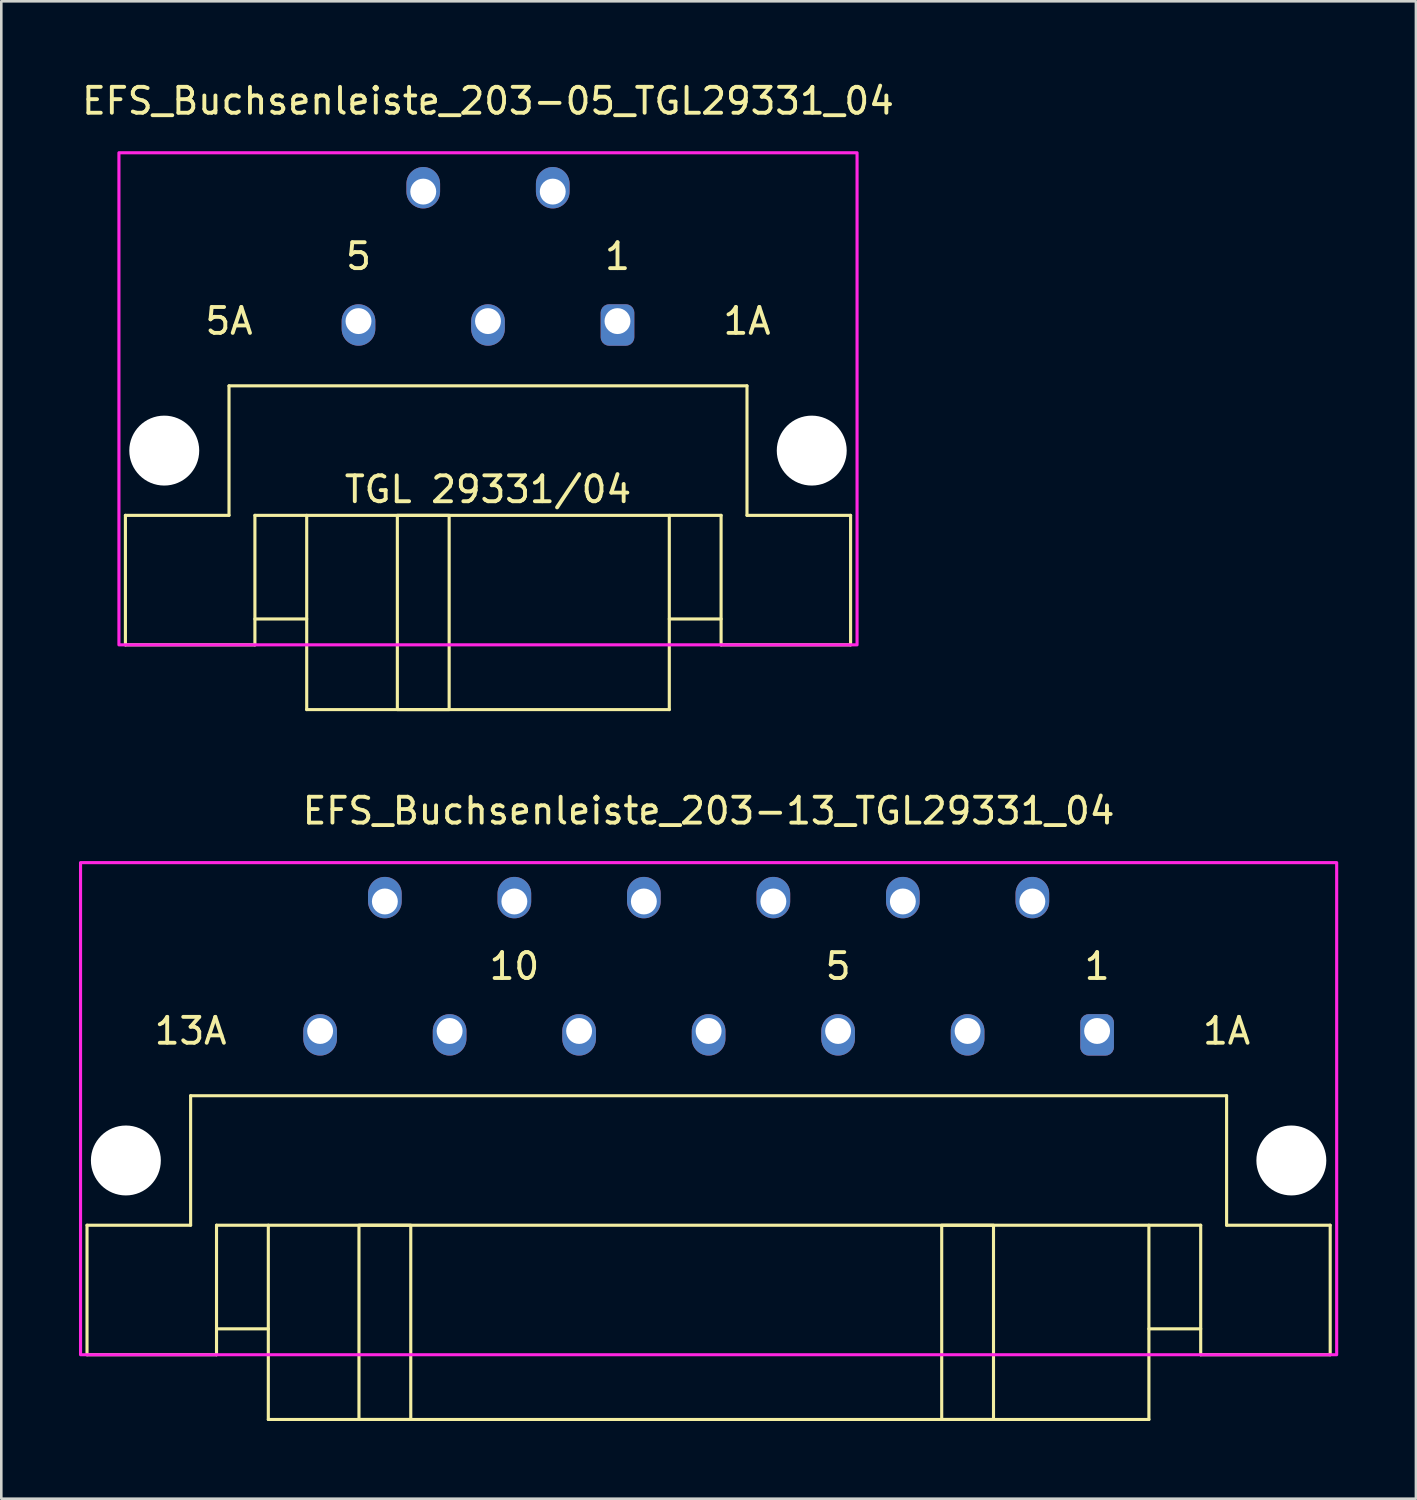
<source format=kicad_pcb>
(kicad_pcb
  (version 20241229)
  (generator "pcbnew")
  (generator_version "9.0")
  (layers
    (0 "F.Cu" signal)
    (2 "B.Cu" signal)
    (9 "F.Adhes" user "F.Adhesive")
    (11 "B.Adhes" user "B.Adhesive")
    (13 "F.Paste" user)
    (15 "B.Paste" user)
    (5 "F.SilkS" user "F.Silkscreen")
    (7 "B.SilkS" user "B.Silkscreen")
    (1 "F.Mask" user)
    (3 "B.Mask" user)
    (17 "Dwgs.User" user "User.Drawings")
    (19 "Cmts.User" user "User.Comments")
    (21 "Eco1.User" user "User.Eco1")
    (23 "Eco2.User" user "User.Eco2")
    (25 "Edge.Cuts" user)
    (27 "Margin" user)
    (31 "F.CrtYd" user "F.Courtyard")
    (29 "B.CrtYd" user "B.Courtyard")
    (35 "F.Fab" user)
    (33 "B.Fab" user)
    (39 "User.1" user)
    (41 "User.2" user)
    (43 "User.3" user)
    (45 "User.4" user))
  (footprint "EFS_Buchsenleiste_203-13_TGL29331_04"
    (layer "F.Cu")
    (at 24.31 49.257)
    (property "Reference" "EFS_Buchsenleiste_203-13_TGL29331_04" (at 0 -21 0) (layer "F.SilkS") (effects (font (size 1 1) (thickness 0.15))))
    (attr through_hole)
    (fp_line (start -24 -5) (end -24 0) (stroke (width 0.12) (type solid)) (layer "F.SilkS"))
    (fp_line (start -24 -5) (end -20 -5) (stroke (width 0.12) (type solid)) (layer "F.SilkS"))
    (fp_line (start -24 0) (end -19 0) (stroke (width 0.12) (type solid)) (layer "F.SilkS"))
    (fp_line (start -20 -10) (end -20 -5) (stroke (width 0.12) (type solid)) (layer "F.SilkS"))
    (fp_line (start -19 -5) (end -19 0) (stroke (width 0.12) (type solid)) (layer "F.SilkS"))
    (fp_line (start -19 -5) (end 19 -5) (stroke (width 0.12) (type solid)) (layer "F.SilkS"))
    (fp_line (start -17 -1) (end -19 -1) (stroke (width 0.12) (type solid)) (layer "F.SilkS"))
    (fp_line (start -17 2.5) (end -17 -5) (stroke (width 0.12) (type solid)) (layer "F.SilkS"))
    (fp_line (start -17 2.5) (end 17 2.5) (stroke (width 0.12) (type solid)) (layer "F.SilkS"))
    (fp_line (start 17 2.5) (end 17 -5) (stroke (width 0.12) (type solid)) (layer "F.SilkS"))
    (fp_line (start 19 -5) (end 19 0) (stroke (width 0.12) (type solid)) (layer "F.SilkS"))
    (fp_line (start 19 -1) (end 17 -1) (stroke (width 0.12) (type solid)) (layer "F.SilkS"))
    (fp_line (start 19 0) (end 24 0) (stroke (width 0.12) (type solid)) (layer "F.SilkS"))
    (fp_line (start 20 -10) (end -20 -10) (stroke (width 0.12) (type solid)) (layer "F.SilkS"))
    (fp_line (start 20 -10) (end 20 -5) (stroke (width 0.12) (type solid)) (layer "F.SilkS"))
    (fp_line (start 20 -5) (end 24 -5) (stroke (width 0.12) (type solid)) (layer "F.SilkS"))
    (fp_line (start 24 -5) (end 24 0) (stroke (width 0.12) (type solid)) (layer "F.SilkS"))
    (fp_rect (start -13.5 -5) (end -11.5 2.5) (stroke (width 0.12) (type solid)) (fill no) (layer "F.SilkS"))
    (fp_rect (start 9 -5) (end 11 2.5) (stroke (width 0.12) (type solid)) (fill no) (layer "F.SilkS"))
    (fp_rect (start -24.25 -19) (end 24.25 0) (stroke (width 0.12) (type solid)) (fill no) (layer "F.CrtYd"))
    (fp_text user "10" (at -7.5 -15 180) (layer "F.SilkS") (effects (font (size 1 1) (thickness 0.15))))
    (fp_text user "1" (at 15 -15 180) (layer "F.SilkS") (effects (font (size 1 1) (thickness 0.15))))
    (fp_text user "13A" (at -20 -12.5 180) (layer "F.SilkS") (effects (font (size 1 1) (thickness 0.15))))
    (fp_text user "5" (at 5 -15 180) (layer "F.SilkS") (effects (font (size 1 1) (thickness 0.15))))
    (fp_text user "1A" (at 20 -12.5 180) (layer "F.SilkS") (effects (font (size 1 1) (thickness 0.15))))
    (pad "" np_thru_hole circle (at -22.5 -7.5 180) (size 2.7 2.7) (drill 2.7) (layers "*.Cu" "*.Mask"))
    (pad "" np_thru_hole circle (at 22.5 -7.5 180) (size 2.7 2.7) (drill 2.7) (layers "*.Cu" "*.Mask"))
    (pad "1a" thru_hole roundrect (at 15 -12.5 180) (size 1.3 1.6) (drill 1 (offset 0 -0.15)) (layers "*.Cu" "*.Mask") (roundrect_rratio 0.25))
    (pad "2b" thru_hole oval (at 12.5 -17.5 180) (size 1.3 1.6) (drill 1 (offset 0 0.15)) (layers "*.Cu" "*.Mask"))
    (pad "3a" thru_hole oval (at 10 -12.5 180) (size 1.3 1.6) (drill 1 (offset 0 -0.15)) (layers "*.Cu" "*.Mask"))
    (pad "4b" thru_hole oval (at 7.5 -17.5 180) (size 1.3 1.6) (drill 1 (offset 0 0.15)) (layers "*.Cu" "*.Mask"))
    (pad "5a" thru_hole oval (at 5 -12.5 180) (size 1.3 1.6) (drill 1 (offset 0 -0.15)) (layers "*.Cu" "*.Mask"))
    (pad "6b" thru_hole oval (at 2.5 -17.5 180) (size 1.3 1.6) (drill 1 (offset 0 0.15)) (layers "*.Cu" "*.Mask"))
    (pad "7a" thru_hole oval (at 0 -12.5 180) (size 1.3 1.6) (drill 1 (offset 0 -0.15)) (layers "*.Cu" "*.Mask"))
    (pad "8b" thru_hole oval (at -2.5 -17.5 180) (size 1.3 1.6) (drill 1 (offset 0 0.15)) (layers "*.Cu" "*.Mask"))
    (pad "9a" thru_hole oval (at -5 -12.5 180) (size 1.3 1.6) (drill 1 (offset 0 -0.15)) (layers "*.Cu" "*.Mask"))
    (pad "10b" thru_hole oval (at -7.5 -17.5 180) (size 1.3 1.6) (drill 1 (offset 0 0.15)) (layers "*.Cu" "*.Mask"))
    (pad "11a" thru_hole oval (at -10 -12.5 180) (size 1.3 1.6) (drill 1 (offset 0 -0.15)) (layers "*.Cu" "*.Mask"))
    (pad "12b" thru_hole oval (at -12.5 -17.5 180) (size 1.3 1.6) (drill 1 (offset 0 0.15)) (layers "*.Cu" "*.Mask"))
    (pad "13a" thru_hole oval (at -15 -12.5 180) (size 1.3 1.6) (drill 1 (offset 0 -0.15)) (layers "*.Cu" "*.Mask")))
  (footprint "EFS_Buchsenleiste_203-05_TGL29331_04"
    (layer "F.Cu")
    (at 15.792 21.848)
    (property "Reference" "EFS_Buchsenleiste_203-05_TGL29331_04" (at 0 -21 0) (layer "F.SilkS") (effects (font (size 1 1) (thickness 0.15))))
    (attr through_hole)
    (fp_line (start -14 -5) (end -14 0) (stroke (width 0.12) (type solid)) (layer "F.SilkS"))
    (fp_line (start -14 -5) (end -10 -5) (stroke (width 0.12) (type solid)) (layer "F.SilkS"))
    (fp_line (start -14 0) (end -9 0) (stroke (width 0.12) (type solid)) (layer "F.SilkS"))
    (fp_line (start -10 -10) (end -10 -5) (stroke (width 0.12) (type solid)) (layer "F.SilkS"))
    (fp_line (start -9 -5) (end -9 0) (stroke (width 0.12) (type solid)) (layer "F.SilkS"))
    (fp_line (start -9 -5) (end 9 -5) (stroke (width 0.12) (type solid)) (layer "F.SilkS"))
    (fp_line (start -7 -1) (end -9 -1) (stroke (width 0.12) (type solid)) (layer "F.SilkS"))
    (fp_line (start -7 2.5) (end -7 -5) (stroke (width 0.12) (type solid)) (layer "F.SilkS"))
    (fp_line (start -7 2.5) (end 7 2.5) (stroke (width 0.12) (type solid)) (layer "F.SilkS"))
    (fp_line (start 7 2.5) (end 7 -5) (stroke (width 0.12) (type solid)) (layer "F.SilkS"))
    (fp_line (start 9 -5) (end 9 0) (stroke (width 0.12) (type solid)) (layer "F.SilkS"))
    (fp_line (start 9 -1) (end 7 -1) (stroke (width 0.12) (type solid)) (layer "F.SilkS"))
    (fp_line (start 9 0) (end 14 0) (stroke (width 0.12) (type solid)) (layer "F.SilkS"))
    (fp_line (start 10 -10) (end -10 -10) (stroke (width 0.12) (type solid)) (layer "F.SilkS"))
    (fp_line (start 10 -10) (end 10 -5) (stroke (width 0.12) (type solid)) (layer "F.SilkS"))
    (fp_line (start 10 -5) (end 14 -5) (stroke (width 0.12) (type solid)) (layer "F.SilkS"))
    (fp_line (start 14 -5) (end 14 0) (stroke (width 0.12) (type solid)) (layer "F.SilkS"))
    (fp_rect (start -3.5 -5) (end -1.5 2.5) (stroke (width 0.12) (type solid)) (fill no) (layer "F.SilkS"))
    (fp_rect (start -14.25 -19) (end 14.25 0) (stroke (width 0.12) (type solid)) (fill no) (layer "F.CrtYd"))
    (fp_text user "1A" (at 10 -12.5 180) (layer "F.SilkS") (effects (font (size 1 1) (thickness 0.15))))
    (fp_text user "1" (at 5 -15 180) (layer "F.SilkS") (effects (font (size 1 1) (thickness 0.15))))
    (fp_text user "TGL 29331/04" (at 0 -6 0) (unlocked yes) (layer "F.SilkS") (effects (font (size 1 1) (thickness 0.15))))
    (fp_text user "5" (at -5 -15 180) (layer "F.SilkS") (effects (font (size 1 1) (thickness 0.15))))
    (fp_text user "5A" (at -10 -12.5 180) (layer "F.SilkS") (effects (font (size 1 1) (thickness 0.15))))
    (pad "" np_thru_hole circle (at -12.5 -7.5 180) (size 2.7 2.7) (drill 2.7) (layers "*.Cu" "*.Mask"))
    (pad "" np_thru_hole circle (at 12.5 -7.5 180) (size 2.7 2.7) (drill 2.7) (layers "*.Cu" "*.Mask"))
    (pad "1a" thru_hole roundrect (at 5 -12.5 180) (size 1.3 1.6) (drill 1 (offset 0 -0.15)) (layers "*.Cu" "*.Mask") (roundrect_rratio 0.25))
    (pad "2b" thru_hole oval (at 2.5 -17.5 180) (size 1.3 1.6) (drill 1 (offset 0 0.15)) (layers "*.Cu" "*.Mask"))
    (pad "3a" thru_hole oval (at 0 -12.5 180) (size 1.3 1.6) (drill 1 (offset 0 -0.15)) (layers "*.Cu" "*.Mask"))
    (pad "4b" thru_hole oval (at -2.5 -17.5 180) (size 1.3 1.6) (drill 1 (offset 0 0.15)) (layers "*.Cu" "*.Mask"))
    (pad "5a" thru_hole oval (at -5 -12.5 180) (size 1.3 1.6) (drill 1 (offset 0 -0.15)) (layers "*.Cu" "*.Mask")))
  (gr_rect
    (start -3 -3)
    (end 51.62 54.816)
    (stroke (width 0.1) (type default))
    (fill no)
    (layer "Edge.Cuts")))
</source>
